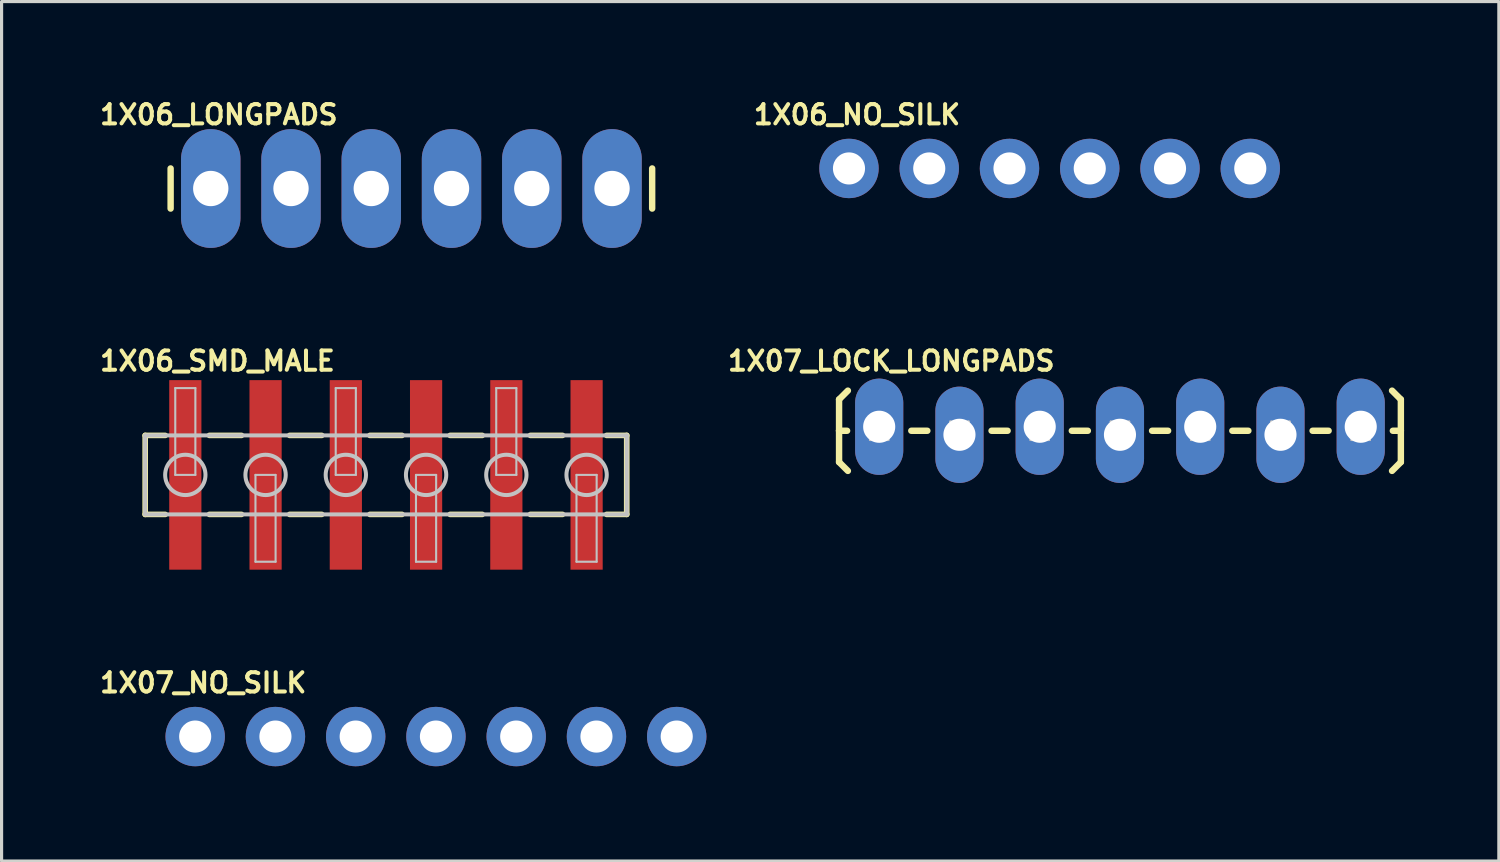
<source format=kicad_pcb>
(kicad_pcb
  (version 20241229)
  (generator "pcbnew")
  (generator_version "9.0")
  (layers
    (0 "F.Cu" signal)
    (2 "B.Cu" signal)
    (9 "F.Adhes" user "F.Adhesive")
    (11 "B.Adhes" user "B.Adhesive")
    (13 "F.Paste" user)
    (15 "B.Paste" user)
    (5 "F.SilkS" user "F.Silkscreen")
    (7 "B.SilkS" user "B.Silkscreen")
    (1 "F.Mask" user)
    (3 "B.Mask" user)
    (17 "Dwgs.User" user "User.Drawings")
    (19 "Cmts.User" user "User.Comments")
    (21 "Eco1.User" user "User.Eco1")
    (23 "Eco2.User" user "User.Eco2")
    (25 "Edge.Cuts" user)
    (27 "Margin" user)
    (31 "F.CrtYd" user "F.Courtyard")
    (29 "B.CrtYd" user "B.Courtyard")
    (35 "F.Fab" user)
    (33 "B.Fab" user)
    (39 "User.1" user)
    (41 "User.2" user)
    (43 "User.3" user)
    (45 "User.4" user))
  (footprint "1X06_SMD_MALE"
    (layer "F.Cu")
    (at 2.815 11.98)
    (property "Reference" "1X06_SMD_MALE" (at 1.016 -3.604 0) (layer "F.SilkS") (effects (font (size 0.61 0.61) (thickness 0.127))))
    (attr smd)
    (fp_line (start -1.27 -1.25) (end -1.27 1.25) (stroke (width 0.178) (type solid)) (layer "F.SilkS"))
    (fp_line (start -1.27 -1.25) (end -0.635 -1.25) (stroke (width 0.178) (type solid)) (layer "F.SilkS"))
    (fp_line (start -1.27 1.25) (end -0.635 1.25) (stroke (width 0.178) (type solid)) (layer "F.SilkS"))
    (fp_line (start 0.762 -1.25) (end 1.778 -1.25) (stroke (width 0.178) (type solid)) (layer "F.SilkS"))
    (fp_line (start 1.778 1.25) (end 0.762 1.25) (stroke (width 0.178) (type solid)) (layer "F.SilkS"))
    (fp_line (start 3.302 -1.25) (end 4.318 -1.25) (stroke (width 0.178) (type solid)) (layer "F.SilkS"))
    (fp_line (start 4.318 1.25) (end 3.302 1.25) (stroke (width 0.178) (type solid)) (layer "F.SilkS"))
    (fp_line (start 5.842 -1.25) (end 6.858 -1.25) (stroke (width 0.178) (type solid)) (layer "F.SilkS"))
    (fp_line (start 6.858 1.25) (end 5.842 1.25) (stroke (width 0.178) (type solid)) (layer "F.SilkS"))
    (fp_line (start 8.382 -1.25) (end 9.398 -1.25) (stroke (width 0.178) (type solid)) (layer "F.SilkS"))
    (fp_line (start 9.398 1.25) (end 8.382 1.25) (stroke (width 0.178) (type solid)) (layer "F.SilkS"))
    (fp_line (start 10.922 -1.25) (end 11.938 -1.25) (stroke (width 0.178) (type solid)) (layer "F.SilkS"))
    (fp_line (start 11.938 1.25) (end 10.922 1.25) (stroke (width 0.178) (type solid)) (layer "F.SilkS"))
    (fp_line (start 13.97 -1.25) (end 13.335 -1.25) (stroke (width 0.178) (type solid)) (layer "F.SilkS"))
    (fp_line (start 13.97 1.25) (end 13.335 1.25) (stroke (width 0.178) (type solid)) (layer "F.SilkS"))
    (fp_line (start 13.97 1.25) (end 13.97 -1.25) (stroke (width 0.178) (type solid)) (layer "F.SilkS"))
    (fp_line (start -1.27 -1.25) (end -1.27 1.25) (stroke (width 0.127) (type solid)) (layer "Dwgs.User"))
    (fp_line (start -1.27 1.25) (end 13.97 1.25) (stroke (width 0.127) (type solid)) (layer "Dwgs.User"))
    (fp_line (start -0.318 -2.748) (end 0.318 -2.748) (stroke (width 0.066) (type solid)) (layer "Dwgs.User"))
    (fp_line (start -0.318 0) (end -0.318 -2.748) (stroke (width 0.066) (type solid)) (layer "Dwgs.User"))
    (fp_line (start -0.318 0) (end 0.318 0) (stroke (width 0.066) (type solid)) (layer "Dwgs.User"))
    (fp_line (start 0.318 0) (end 0.318 -2.748) (stroke (width 0.066) (type solid)) (layer "Dwgs.User"))
    (fp_line (start 2.22 0) (end 2.857 0) (stroke (width 0.066) (type solid)) (layer "Dwgs.User"))
    (fp_line (start 2.22 2.748) (end 2.22 0) (stroke (width 0.066) (type solid)) (layer "Dwgs.User"))
    (fp_line (start 2.22 2.748) (end 2.857 2.748) (stroke (width 0.066) (type solid)) (layer "Dwgs.User"))
    (fp_line (start 2.857 2.748) (end 2.857 0) (stroke (width 0.066) (type solid)) (layer "Dwgs.User"))
    (fp_line (start 4.76 -2.748) (end 5.397 -2.748) (stroke (width 0.066) (type solid)) (layer "Dwgs.User"))
    (fp_line (start 4.76 0) (end 4.76 -2.748) (stroke (width 0.066) (type solid)) (layer "Dwgs.User"))
    (fp_line (start 4.76 0) (end 5.397 0) (stroke (width 0.066) (type solid)) (layer "Dwgs.User"))
    (fp_line (start 5.397 0) (end 5.397 -2.748) (stroke (width 0.066) (type solid)) (layer "Dwgs.User"))
    (fp_line (start 7.3 0) (end 7.938 0) (stroke (width 0.066) (type solid)) (layer "Dwgs.User"))
    (fp_line (start 7.3 2.748) (end 7.3 0) (stroke (width 0.066) (type solid)) (layer "Dwgs.User"))
    (fp_line (start 7.3 2.748) (end 7.938 2.748) (stroke (width 0.066) (type solid)) (layer "Dwgs.User"))
    (fp_line (start 7.938 2.748) (end 7.938 0) (stroke (width 0.066) (type solid)) (layer "Dwgs.User"))
    (fp_line (start 9.84 -2.748) (end 10.477 -2.748) (stroke (width 0.066) (type solid)) (layer "Dwgs.User"))
    (fp_line (start 9.84 0) (end 9.84 -2.748) (stroke (width 0.066) (type solid)) (layer "Dwgs.User"))
    (fp_line (start 9.84 0) (end 10.477 0) (stroke (width 0.066) (type solid)) (layer "Dwgs.User"))
    (fp_line (start 10.477 0) (end 10.477 -2.748) (stroke (width 0.066) (type solid)) (layer "Dwgs.User"))
    (fp_line (start 12.38 0) (end 13.018 0) (stroke (width 0.066) (type solid)) (layer "Dwgs.User"))
    (fp_line (start 12.38 2.748) (end 12.38 0) (stroke (width 0.066) (type solid)) (layer "Dwgs.User"))
    (fp_line (start 12.38 2.748) (end 13.018 2.748) (stroke (width 0.066) (type solid)) (layer "Dwgs.User"))
    (fp_line (start 13.018 2.748) (end 13.018 0) (stroke (width 0.066) (type solid)) (layer "Dwgs.User"))
    (fp_line (start 13.97 -1.25) (end -1.27 -1.25) (stroke (width 0.127) (type solid)) (layer "Dwgs.User"))
    (fp_line (start 13.97 1.25) (end 13.97 -1.25) (stroke (width 0.127) (type solid)) (layer "Dwgs.User"))
    (fp_circle (center 0 0) (end 0 -0.638) (stroke (width 0.127) (type solid)) (fill no) (layer "Dwgs.User"))
    (fp_circle (center 2.54 0) (end 2.54 -0.638) (stroke (width 0.127) (type solid)) (fill no) (layer "Dwgs.User"))
    (fp_circle (center 5.08 0) (end 5.08 -0.638) (stroke (width 0.127) (type solid)) (fill no) (layer "Dwgs.User"))
    (fp_circle (center 7.62 0) (end 7.62 -0.638) (stroke (width 0.127) (type solid)) (fill no) (layer "Dwgs.User"))
    (fp_circle (center 10.16 0) (end 10.16 -0.638) (stroke (width 0.127) (type solid)) (fill no) (layer "Dwgs.User"))
    (fp_circle (center 12.7 0) (end 12.7 -0.638) (stroke (width 0.127) (type solid)) (fill no) (layer "Dwgs.User"))
    (pad "1" smd rect (at 0 0) (size 1.019 5.999) (layers "F.Cu" "F.Mask" "F.Paste"))
    (pad "2" smd rect (at 2.54 0) (size 1.019 5.999) (layers "F.Cu" "F.Mask" "F.Paste"))
    (pad "3" smd rect (at 5.08 0) (size 1.019 5.999) (layers "F.Cu" "F.Mask" "F.Paste"))
    (pad "4" smd rect (at 7.62 0) (size 1.019 5.999) (layers "F.Cu" "F.Mask" "F.Paste"))
    (pad "5" smd rect (at 10.16 0) (size 1.019 5.999) (layers "F.Cu" "F.Mask" "F.Paste"))
    (pad "6" smd rect (at 12.7 0) (size 1.019 5.999) (layers "F.Cu" "F.Mask" "F.Paste")))
  (footprint "1X06_NO_SILK"
    (layer "F.Cu")
    (at 23.819 2.281)
    (property "Reference" "1X06_NO_SILK" (at 0.254 -1.702 0) (layer "F.SilkS") (effects (font (size 0.61 0.61) (thickness 0.127))))
    (attr exclude_from_pos_files exclude_from_bom)
    (fp_line (start -0.254 -0.254) (end 0.254 -0.254) (stroke (width 0.066) (type solid)) (layer "Dwgs.User"))
    (fp_line (start -0.254 0.254) (end -0.254 -0.254) (stroke (width 0.066) (type solid)) (layer "Dwgs.User"))
    (fp_line (start -0.254 0.254) (end 0.254 0.254) (stroke (width 0.066) (type solid)) (layer "Dwgs.User"))
    (fp_line (start 0.254 0.254) (end 0.254 -0.254) (stroke (width 0.066) (type solid)) (layer "Dwgs.User"))
    (fp_line (start 2.286 -0.254) (end 2.794 -0.254) (stroke (width 0.066) (type solid)) (layer "Dwgs.User"))
    (fp_line (start 2.286 0.254) (end 2.286 -0.254) (stroke (width 0.066) (type solid)) (layer "Dwgs.User"))
    (fp_line (start 2.286 0.254) (end 2.794 0.254) (stroke (width 0.066) (type solid)) (layer "Dwgs.User"))
    (fp_line (start 2.794 0.254) (end 2.794 -0.254) (stroke (width 0.066) (type solid)) (layer "Dwgs.User"))
    (fp_line (start 4.826 -0.254) (end 5.334 -0.254) (stroke (width 0.066) (type solid)) (layer "Dwgs.User"))
    (fp_line (start 4.826 0.254) (end 4.826 -0.254) (stroke (width 0.066) (type solid)) (layer "Dwgs.User"))
    (fp_line (start 4.826 0.254) (end 5.334 0.254) (stroke (width 0.066) (type solid)) (layer "Dwgs.User"))
    (fp_line (start 5.334 0.254) (end 5.334 -0.254) (stroke (width 0.066) (type solid)) (layer "Dwgs.User"))
    (fp_line (start 7.366 -0.254) (end 7.874 -0.254) (stroke (width 0.066) (type solid)) (layer "Dwgs.User"))
    (fp_line (start 7.366 0.254) (end 7.366 -0.254) (stroke (width 0.066) (type solid)) (layer "Dwgs.User"))
    (fp_line (start 7.366 0.254) (end 7.874 0.254) (stroke (width 0.066) (type solid)) (layer "Dwgs.User"))
    (fp_line (start 7.874 0.254) (end 7.874 -0.254) (stroke (width 0.066) (type solid)) (layer "Dwgs.User"))
    (fp_line (start 9.906 -0.254) (end 10.414 -0.254) (stroke (width 0.066) (type solid)) (layer "Dwgs.User"))
    (fp_line (start 9.906 0.254) (end 9.906 -0.254) (stroke (width 0.066) (type solid)) (layer "Dwgs.User"))
    (fp_line (start 9.906 0.254) (end 10.414 0.254) (stroke (width 0.066) (type solid)) (layer "Dwgs.User"))
    (fp_line (start 10.414 0.254) (end 10.414 -0.254) (stroke (width 0.066) (type solid)) (layer "Dwgs.User"))
    (fp_line (start 12.446 -0.254) (end 12.954 -0.254) (stroke (width 0.066) (type solid)) (layer "Dwgs.User"))
    (fp_line (start 12.446 0.254) (end 12.446 -0.254) (stroke (width 0.066) (type solid)) (layer "Dwgs.User"))
    (fp_line (start 12.446 0.254) (end 12.954 0.254) (stroke (width 0.066) (type solid)) (layer "Dwgs.User"))
    (fp_line (start 12.954 0.254) (end 12.954 -0.254) (stroke (width 0.066) (type solid)) (layer "Dwgs.User"))
    (pad "1" thru_hole circle (at 0 0) (size 1.88 1.88) (drill 1.016) (layers "*.Cu" "*.Paste" "*.Mask"))
    (pad "2" thru_hole circle (at 2.54 0) (size 1.88 1.88) (drill 1.016) (layers "*.Cu" "*.Paste" "*.Mask"))
    (pad "3" thru_hole circle (at 5.08 0) (size 1.88 1.88) (drill 1.016) (layers "*.Cu" "*.Paste" "*.Mask"))
    (pad "4" thru_hole circle (at 7.62 0) (size 1.88 1.88) (drill 1.016) (layers "*.Cu" "*.Paste" "*.Mask"))
    (pad "5" thru_hole circle (at 10.16 0) (size 1.88 1.88) (drill 1.016) (layers "*.Cu" "*.Paste" "*.Mask"))
    (pad "6" thru_hole circle (at 12.7 0) (size 1.88 1.88) (drill 1.016) (layers "*.Cu" "*.Paste" "*.Mask")))
  (footprint "1X07_NO_SILK"
    (layer "F.Cu")
    (at 3.127 20.261)
    (property "Reference" "1X07_NO_SILK" (at 0.254 -1.702 0) (layer "F.SilkS") (effects (font (size 0.61 0.61) (thickness 0.127))))
    (attr exclude_from_pos_files exclude_from_bom)
    (fp_line (start -0.254 -0.254) (end 0.254 -0.254) (stroke (width 0.066) (type solid)) (layer "Dwgs.User"))
    (fp_line (start -0.254 0.254) (end -0.254 -0.254) (stroke (width 0.066) (type solid)) (layer "Dwgs.User"))
    (fp_line (start -0.254 0.254) (end 0.254 0.254) (stroke (width 0.066) (type solid)) (layer "Dwgs.User"))
    (fp_line (start 0.254 0.254) (end 0.254 -0.254) (stroke (width 0.066) (type solid)) (layer "Dwgs.User"))
    (fp_line (start 2.286 -0.254) (end 2.794 -0.254) (stroke (width 0.066) (type solid)) (layer "Dwgs.User"))
    (fp_line (start 2.286 0.254) (end 2.286 -0.254) (stroke (width 0.066) (type solid)) (layer "Dwgs.User"))
    (fp_line (start 2.286 0.254) (end 2.794 0.254) (stroke (width 0.066) (type solid)) (layer "Dwgs.User"))
    (fp_line (start 2.794 0.254) (end 2.794 -0.254) (stroke (width 0.066) (type solid)) (layer "Dwgs.User"))
    (fp_line (start 4.826 -0.254) (end 5.334 -0.254) (stroke (width 0.066) (type solid)) (layer "Dwgs.User"))
    (fp_line (start 4.826 0.254) (end 4.826 -0.254) (stroke (width 0.066) (type solid)) (layer "Dwgs.User"))
    (fp_line (start 4.826 0.254) (end 5.334 0.254) (stroke (width 0.066) (type solid)) (layer "Dwgs.User"))
    (fp_line (start 5.334 0.254) (end 5.334 -0.254) (stroke (width 0.066) (type solid)) (layer "Dwgs.User"))
    (fp_line (start 7.366 -0.254) (end 7.874 -0.254) (stroke (width 0.066) (type solid)) (layer "Dwgs.User"))
    (fp_line (start 7.366 0.254) (end 7.366 -0.254) (stroke (width 0.066) (type solid)) (layer "Dwgs.User"))
    (fp_line (start 7.366 0.254) (end 7.874 0.254) (stroke (width 0.066) (type solid)) (layer "Dwgs.User"))
    (fp_line (start 7.874 0.254) (end 7.874 -0.254) (stroke (width 0.066) (type solid)) (layer "Dwgs.User"))
    (fp_line (start 9.906 -0.254) (end 10.414 -0.254) (stroke (width 0.066) (type solid)) (layer "Dwgs.User"))
    (fp_line (start 9.906 0.254) (end 9.906 -0.254) (stroke (width 0.066) (type solid)) (layer "Dwgs.User"))
    (fp_line (start 9.906 0.254) (end 10.414 0.254) (stroke (width 0.066) (type solid)) (layer "Dwgs.User"))
    (fp_line (start 10.414 0.254) (end 10.414 -0.254) (stroke (width 0.066) (type solid)) (layer "Dwgs.User"))
    (fp_line (start 12.446 -0.254) (end 12.954 -0.254) (stroke (width 0.066) (type solid)) (layer "Dwgs.User"))
    (fp_line (start 12.446 0.254) (end 12.446 -0.254) (stroke (width 0.066) (type solid)) (layer "Dwgs.User"))
    (fp_line (start 12.446 0.254) (end 12.954 0.254) (stroke (width 0.066) (type solid)) (layer "Dwgs.User"))
    (fp_line (start 12.954 0.254) (end 12.954 -0.254) (stroke (width 0.066) (type solid)) (layer "Dwgs.User"))
    (fp_line (start 14.986 -0.254) (end 15.494 -0.254) (stroke (width 0.066) (type solid)) (layer "Dwgs.User"))
    (fp_line (start 14.986 0.254) (end 14.986 -0.254) (stroke (width 0.066) (type solid)) (layer "Dwgs.User"))
    (fp_line (start 14.986 0.254) (end 15.494 0.254) (stroke (width 0.066) (type solid)) (layer "Dwgs.User"))
    (fp_line (start 15.494 0.254) (end 15.494 -0.254) (stroke (width 0.066) (type solid)) (layer "Dwgs.User"))
    (pad "1" thru_hole circle (at 0 0) (size 1.88 1.88) (drill 1.016) (layers "*.Cu" "*.Paste" "*.Mask"))
    (pad "2" thru_hole circle (at 2.54 0) (size 1.88 1.88) (drill 1.016) (layers "*.Cu" "*.Paste" "*.Mask"))
    (pad "3" thru_hole circle (at 5.08 0) (size 1.88 1.88) (drill 1.016) (layers "*.Cu" "*.Paste" "*.Mask"))
    (pad "4" thru_hole circle (at 7.62 0) (size 1.88 1.88) (drill 1.016) (layers "*.Cu" "*.Paste" "*.Mask"))
    (pad "5" thru_hole circle (at 10.16 0) (size 1.88 1.88) (drill 1.016) (layers "*.Cu" "*.Paste" "*.Mask"))
    (pad "6" thru_hole circle (at 12.7 0) (size 1.88 1.88) (drill 1.016) (layers "*.Cu" "*.Paste" "*.Mask"))
    (pad "7" thru_hole circle (at 15.24 0) (size 1.88 1.88) (drill 1.016) (layers "*.Cu" "*.Paste" "*.Mask")))
  (footprint "1X07_LOCK_LONGPADS"
    (layer "F.Cu")
    (at 24.775 10.583)
    (property "Reference" "1X07_LOCK_LONGPADS" (at 0.381 -2.207 0) (layer "F.SilkS") (effects (font (size 0.61 0.61) (thickness 0.127))))
    (attr exclude_from_pos_files exclude_from_bom)
    (fp_line (start -1.27 -0.991) (end -0.991 -1.27) (stroke (width 0.203) (type solid)) (layer "F.SilkS"))
    (fp_line (start -1.27 0) (end -1.27 -0.991) (stroke (width 0.203) (type solid)) (layer "F.SilkS"))
    (fp_line (start -1.27 0) (end -1.27 0.991) (stroke (width 0.203) (type solid)) (layer "F.SilkS"))
    (fp_line (start -1.27 0) (end -1.016 0) (stroke (width 0.203) (type solid)) (layer "F.SilkS"))
    (fp_line (start -1.27 0.991) (end -0.991 1.27) (stroke (width 0.203) (type solid)) (layer "F.SilkS"))
    (fp_line (start 1.524 0) (end 1.016 0) (stroke (width 0.203) (type solid)) (layer "F.SilkS"))
    (fp_line (start 4.064 0) (end 3.556 0) (stroke (width 0.203) (type solid)) (layer "F.SilkS"))
    (fp_line (start 6.604 0) (end 6.096 0) (stroke (width 0.203) (type solid)) (layer "F.SilkS"))
    (fp_line (start 9.144 0) (end 8.636 0) (stroke (width 0.203) (type solid)) (layer "F.SilkS"))
    (fp_line (start 11.684 0) (end 11.176 0) (stroke (width 0.203) (type solid)) (layer "F.SilkS"))
    (fp_line (start 14.224 0) (end 13.716 0) (stroke (width 0.203) (type solid)) (layer "F.SilkS"))
    (fp_line (start 16.51 -0.991) (end 16.231 -1.27) (stroke (width 0.203) (type solid)) (layer "F.SilkS"))
    (fp_line (start 16.51 0) (end 16.256 0) (stroke (width 0.203) (type solid)) (layer "F.SilkS"))
    (fp_line (start 16.51 0) (end 16.51 -0.991) (stroke (width 0.203) (type solid)) (layer "F.SilkS"))
    (fp_line (start 16.51 0) (end 16.51 0.991) (stroke (width 0.203) (type solid)) (layer "F.SilkS"))
    (fp_line (start 16.51 0.991) (end 16.231 1.27) (stroke (width 0.203) (type solid)) (layer "F.SilkS"))
    (fp_line (start -0.292 -0.292) (end 0.292 -0.292) (stroke (width 0.066) (type solid)) (layer "Dwgs.User"))
    (fp_line (start -0.292 0.292) (end -0.292 -0.292) (stroke (width 0.066) (type solid)) (layer "Dwgs.User"))
    (fp_line (start -0.292 0.292) (end 0.292 0.292) (stroke (width 0.066) (type solid)) (layer "Dwgs.User"))
    (fp_line (start 0.292 0.292) (end 0.292 -0.292) (stroke (width 0.066) (type solid)) (layer "Dwgs.User"))
    (fp_line (start 2.248 -0.292) (end 2.832 -0.292) (stroke (width 0.066) (type solid)) (layer "Dwgs.User"))
    (fp_line (start 2.248 0.292) (end 2.248 -0.292) (stroke (width 0.066) (type solid)) (layer "Dwgs.User"))
    (fp_line (start 2.248 0.292) (end 2.832 0.292) (stroke (width 0.066) (type solid)) (layer "Dwgs.User"))
    (fp_line (start 2.832 0.292) (end 2.832 -0.292) (stroke (width 0.066) (type solid)) (layer "Dwgs.User"))
    (fp_line (start 4.788 -0.292) (end 5.372 -0.292) (stroke (width 0.066) (type solid)) (layer "Dwgs.User"))
    (fp_line (start 4.788 0.292) (end 4.788 -0.292) (stroke (width 0.066) (type solid)) (layer "Dwgs.User"))
    (fp_line (start 4.788 0.292) (end 5.372 0.292) (stroke (width 0.066) (type solid)) (layer "Dwgs.User"))
    (fp_line (start 5.372 0.292) (end 5.372 -0.292) (stroke (width 0.066) (type solid)) (layer "Dwgs.User"))
    (fp_line (start 7.328 -0.292) (end 7.912 -0.292) (stroke (width 0.066) (type solid)) (layer "Dwgs.User"))
    (fp_line (start 7.328 0.292) (end 7.328 -0.292) (stroke (width 0.066) (type solid)) (layer "Dwgs.User"))
    (fp_line (start 7.328 0.292) (end 7.912 0.292) (stroke (width 0.066) (type solid)) (layer "Dwgs.User"))
    (fp_line (start 7.912 0.292) (end 7.912 -0.292) (stroke (width 0.066) (type solid)) (layer "Dwgs.User"))
    (fp_line (start 9.868 -0.292) (end 10.452 -0.292) (stroke (width 0.066) (type solid)) (layer "Dwgs.User"))
    (fp_line (start 9.868 0.292) (end 9.868 -0.292) (stroke (width 0.066) (type solid)) (layer "Dwgs.User"))
    (fp_line (start 9.868 0.292) (end 10.452 0.292) (stroke (width 0.066) (type solid)) (layer "Dwgs.User"))
    (fp_line (start 10.452 0.292) (end 10.452 -0.292) (stroke (width 0.066) (type solid)) (layer "Dwgs.User"))
    (fp_line (start 12.408 -0.292) (end 12.992 -0.292) (stroke (width 0.066) (type solid)) (layer "Dwgs.User"))
    (fp_line (start 12.408 0.292) (end 12.408 -0.292) (stroke (width 0.066) (type solid)) (layer "Dwgs.User"))
    (fp_line (start 12.408 0.292) (end 12.992 0.292) (stroke (width 0.066) (type solid)) (layer "Dwgs.User"))
    (fp_line (start 12.992 0.292) (end 12.992 -0.292) (stroke (width 0.066) (type solid)) (layer "Dwgs.User"))
    (fp_line (start 14.948 -0.292) (end 15.532 -0.292) (stroke (width 0.066) (type solid)) (layer "Dwgs.User"))
    (fp_line (start 14.948 0.292) (end 14.948 -0.292) (stroke (width 0.066) (type solid)) (layer "Dwgs.User"))
    (fp_line (start 14.948 0.292) (end 15.532 0.292) (stroke (width 0.066) (type solid)) (layer "Dwgs.User"))
    (fp_line (start 15.532 0.292) (end 15.532 -0.292) (stroke (width 0.066) (type solid)) (layer "Dwgs.User"))
    (pad "1" thru_hole oval (at 0 -0.127 180) (size 1.524 3.048) (drill 1.016) (layers "*.Cu" "*.Paste" "*.Mask"))
    (pad "2" thru_hole oval (at 2.54 0.127 180) (size 1.524 3.048) (drill 1.016) (layers "*.Cu" "*.Paste" "*.Mask"))
    (pad "3" thru_hole oval (at 5.08 -0.127 180) (size 1.524 3.048) (drill 1.016) (layers "*.Cu" "*.Paste" "*.Mask"))
    (pad "4" thru_hole oval (at 7.62 0.127 180) (size 1.524 3.048) (drill 1.016) (layers "*.Cu" "*.Paste" "*.Mask"))
    (pad "5" thru_hole oval (at 10.16 -0.127 180) (size 1.524 3.048) (drill 1.016) (layers "*.Cu" "*.Paste" "*.Mask"))
    (pad "6" thru_hole oval (at 12.7 0.127 180) (size 1.524 3.048) (drill 1.016) (layers "*.Cu" "*.Paste" "*.Mask"))
    (pad "7" thru_hole oval (at 15.24 -0.127 180) (size 1.524 3.048) (drill 1.016) (layers "*.Cu" "*.Paste" "*.Mask")))
  (footprint "1X06_LONGPADS"
    (layer "F.Cu")
    (at 3.62 2.916)
    (property "Reference" "1X06_LONGPADS" (at 0.254 -2.337 0) (layer "F.SilkS") (effects (font (size 0.61 0.61) (thickness 0.127))))
    (attr exclude_from_pos_files exclude_from_bom)
    (fp_line (start -1.27 -0.635) (end -1.27 0.635) (stroke (width 0.203) (type solid)) (layer "F.SilkS"))
    (fp_line (start 13.97 -0.635) (end 13.97 0.635) (stroke (width 0.203) (type solid)) (layer "F.SilkS"))
    (fp_line (start -0.254 -0.254) (end 0.254 -0.254) (stroke (width 0.066) (type solid)) (layer "Dwgs.User"))
    (fp_line (start -0.254 0.254) (end -0.254 -0.254) (stroke (width 0.066) (type solid)) (layer "Dwgs.User"))
    (fp_line (start -0.254 0.254) (end 0.254 0.254) (stroke (width 0.066) (type solid)) (layer "Dwgs.User"))
    (fp_line (start 0.254 0.254) (end 0.254 -0.254) (stroke (width 0.066) (type solid)) (layer "Dwgs.User"))
    (fp_line (start 2.286 -0.254) (end 2.794 -0.254) (stroke (width 0.066) (type solid)) (layer "Dwgs.User"))
    (fp_line (start 2.286 0.254) (end 2.286 -0.254) (stroke (width 0.066) (type solid)) (layer "Dwgs.User"))
    (fp_line (start 2.286 0.254) (end 2.794 0.254) (stroke (width 0.066) (type solid)) (layer "Dwgs.User"))
    (fp_line (start 2.794 0.254) (end 2.794 -0.254) (stroke (width 0.066) (type solid)) (layer "Dwgs.User"))
    (fp_line (start 4.826 -0.254) (end 5.334 -0.254) (stroke (width 0.066) (type solid)) (layer "Dwgs.User"))
    (fp_line (start 4.826 0.254) (end 4.826 -0.254) (stroke (width 0.066) (type solid)) (layer "Dwgs.User"))
    (fp_line (start 4.826 0.254) (end 5.334 0.254) (stroke (width 0.066) (type solid)) (layer "Dwgs.User"))
    (fp_line (start 5.334 0.254) (end 5.334 -0.254) (stroke (width 0.066) (type solid)) (layer "Dwgs.User"))
    (fp_line (start 7.366 -0.254) (end 7.874 -0.254) (stroke (width 0.066) (type solid)) (layer "Dwgs.User"))
    (fp_line (start 7.366 0.254) (end 7.366 -0.254) (stroke (width 0.066) (type solid)) (layer "Dwgs.User"))
    (fp_line (start 7.366 0.254) (end 7.874 0.254) (stroke (width 0.066) (type solid)) (layer "Dwgs.User"))
    (fp_line (start 7.874 0.254) (end 7.874 -0.254) (stroke (width 0.066) (type solid)) (layer "Dwgs.User"))
    (fp_line (start 9.906 -0.254) (end 10.414 -0.254) (stroke (width 0.066) (type solid)) (layer "Dwgs.User"))
    (fp_line (start 9.906 0.254) (end 9.906 -0.254) (stroke (width 0.066) (type solid)) (layer "Dwgs.User"))
    (fp_line (start 9.906 0.254) (end 10.414 0.254) (stroke (width 0.066) (type solid)) (layer "Dwgs.User"))
    (fp_line (start 10.414 0.254) (end 10.414 -0.254) (stroke (width 0.066) (type solid)) (layer "Dwgs.User"))
    (fp_line (start 12.446 -0.254) (end 12.954 -0.254) (stroke (width 0.066) (type solid)) (layer "Dwgs.User"))
    (fp_line (start 12.446 0.254) (end 12.446 -0.254) (stroke (width 0.066) (type solid)) (layer "Dwgs.User"))
    (fp_line (start 12.446 0.254) (end 12.954 0.254) (stroke (width 0.066) (type solid)) (layer "Dwgs.User"))
    (fp_line (start 12.954 0.254) (end 12.954 -0.254) (stroke (width 0.066) (type solid)) (layer "Dwgs.User"))
    (pad "1" thru_hole oval (at 0 0 180) (size 1.88 3.759) (drill 1.118) (layers "*.Cu" "*.Paste" "*.Mask"))
    (pad "2" thru_hole oval (at 2.54 0 180) (size 1.88 3.759) (drill 1.118) (layers "*.Cu" "*.Paste" "*.Mask"))
    (pad "3" thru_hole oval (at 5.08 0 180) (size 1.88 3.759) (drill 1.118) (layers "*.Cu" "*.Paste" "*.Mask"))
    (pad "4" thru_hole oval (at 7.62 0 180) (size 1.88 3.759) (drill 1.118) (layers "*.Cu" "*.Paste" "*.Mask"))
    (pad "5" thru_hole oval (at 10.16 0 180) (size 1.88 3.759) (drill 1.118) (layers "*.Cu" "*.Paste" "*.Mask"))
    (pad "6" thru_hole oval (at 12.7 0 180) (size 1.88 3.759) (drill 1.118) (layers "*.Cu" "*.Paste" "*.Mask")))
  (gr_rect
    (start -3 -3)
    (end 44.386 24.201)
    (stroke (width 0.1) (type default))
    (fill no)
    (layer "Edge.Cuts")))
</source>
